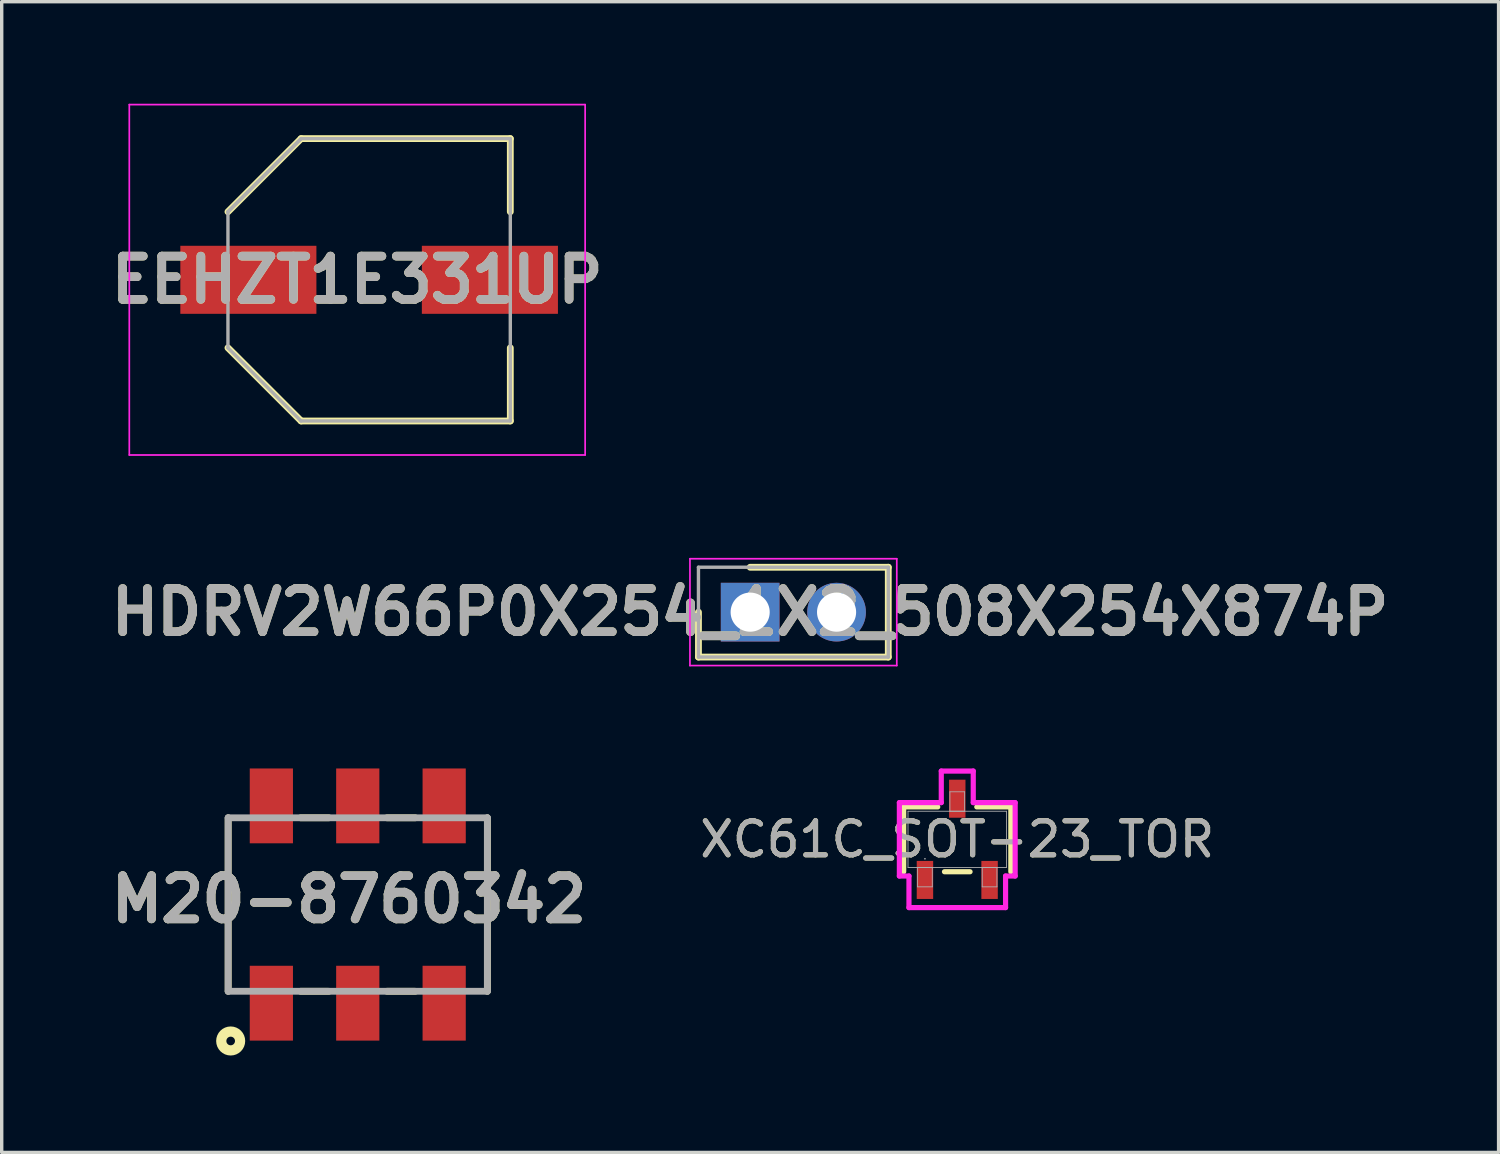
<source format=kicad_pcb>
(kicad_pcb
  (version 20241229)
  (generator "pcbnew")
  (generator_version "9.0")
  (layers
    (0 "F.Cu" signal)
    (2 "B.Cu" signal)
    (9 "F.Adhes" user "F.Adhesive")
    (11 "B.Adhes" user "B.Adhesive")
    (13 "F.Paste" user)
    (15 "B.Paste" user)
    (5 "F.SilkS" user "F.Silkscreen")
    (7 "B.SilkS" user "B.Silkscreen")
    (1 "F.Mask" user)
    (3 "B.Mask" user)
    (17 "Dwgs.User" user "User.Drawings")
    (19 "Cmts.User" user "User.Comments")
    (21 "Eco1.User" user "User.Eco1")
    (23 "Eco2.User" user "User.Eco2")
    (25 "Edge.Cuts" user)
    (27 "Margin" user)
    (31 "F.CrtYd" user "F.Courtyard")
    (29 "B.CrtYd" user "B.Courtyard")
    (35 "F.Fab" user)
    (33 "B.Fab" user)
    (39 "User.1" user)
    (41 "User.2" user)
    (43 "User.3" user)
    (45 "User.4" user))
  (footprint "EEHZT1E331UP"
    (layer "F.Cu")
    (at 7.801 5.175)
    (property "Reference" "EEHZT1E331UP" (at -0.35 0 0) (layer "F.SilkS") (effects (font (size 1.27 1.27) (thickness 0.254))))
    (attr smd)
    (fp_line (start -6.175 0) (end -6.175 0) (stroke (width 0.05) (type solid)) (layer "F.SilkS"))
    (fp_line (start -6.125 0) (end -6.125 0) (stroke (width 0.05) (type solid)) (layer "F.SilkS"))
    (fp_line (start -4.15 -2) (end -2 -4.15) (stroke (width 0.2) (type solid)) (layer "F.SilkS"))
    (fp_line (start -4.15 2) (end -2 4.15) (stroke (width 0.2) (type solid)) (layer "F.SilkS"))
    (fp_line (start -2 -4.15) (end 4.15 -4.15) (stroke (width 0.2) (type solid)) (layer "F.SilkS"))
    (fp_line (start -2 4.15) (end 4.15 4.15) (stroke (width 0.2) (type solid)) (layer "F.SilkS"))
    (fp_line (start 4.15 -4.15) (end 4.15 -2) (stroke (width 0.2) (type solid)) (layer "F.SilkS"))
    (fp_line (start 4.15 4.15) (end 4.15 2) (stroke (width 0.2) (type solid)) (layer "F.SilkS"))
    (fp_arc (start -6.175 0) (mid -6.15 -0.025) (end -6.125 0) (stroke (width 0.05) (type solid)) (layer "F.SilkS"))
    (fp_arc (start -6.125 0) (mid -6.15 0.025) (end -6.175 0) (stroke (width 0.05) (type solid)) (layer "F.SilkS"))
    (fp_line (start -7.05 -5.15) (end 6.35 -5.15) (stroke (width 0.05) (type solid)) (layer "F.CrtYd"))
    (fp_line (start -7.05 5.15) (end -7.05 -5.15) (stroke (width 0.05) (type solid)) (layer "F.CrtYd"))
    (fp_line (start 6.35 -5.15) (end 6.35 5.15) (stroke (width 0.05) (type solid)) (layer "F.CrtYd"))
    (fp_line (start 6.35 5.15) (end -7.05 5.15) (stroke (width 0.05) (type solid)) (layer "F.CrtYd"))
    (fp_line (start -4.15 -2) (end -2 -4.15) (stroke (width 0.1) (type solid)) (layer "F.Fab"))
    (fp_line (start -4.15 -2) (end -2 -4.15) (stroke (width 0.1) (type solid)) (layer "F.Fab"))
    (fp_line (start -4.15 2) (end -4.15 -2) (stroke (width 0.1) (type solid)) (layer "F.Fab"))
    (fp_line (start -2 -4.15) (end 4.15 -4.15) (stroke (width 0.1) (type solid)) (layer "F.Fab"))
    (fp_line (start -2 4.15) (end -4.15 2) (stroke (width 0.1) (type solid)) (layer "F.Fab"))
    (fp_line (start 4.15 -4.15) (end 4.15 4.15) (stroke (width 0.1) (type solid)) (layer "F.Fab"))
    (fp_line (start 4.15 4.15) (end -2 4.15) (stroke (width 0.1) (type solid)) (layer "F.Fab"))
    (fp_text user "${REFERENCE}" (at -0.35 0 0) (layer "F.Fab") (effects (font (size 1.27 1.27) (thickness 0.254))))
    (pad "1" smd rect (at -3.55 0 90) (size 2 4) (layers "F.Cu" "F.Mask" "F.Paste"))
    (pad "2" smd rect (at 3.55 0 90) (size 2 4) (layers "F.Cu" "F.Mask" "F.Paste")))
  (footprint "M20-8760342"
    (layer "F.Cu")
    (at 7.467 23.54)
    (property "Reference" "M20-8760342" (at -0.258 -0.152 0) (layer "F.SilkS") (effects (font (size 1.27 1.27) (thickness 0.254))))
    (attr smd)
    (fp_line (start -3.81 2.55) (end -3.81 -2.55) (stroke (width 0.2) (type solid)) (layer "F.SilkS"))
    (fp_line (start -1.68 -2.55) (end -0.85 -2.55) (stroke (width 0.2) (type solid)) (layer "F.SilkS"))
    (fp_line (start -1.68 2.55) (end -0.85 2.55) (stroke (width 0.2) (type solid)) (layer "F.SilkS"))
    (fp_line (start 0.86 -2.55) (end 1.69 -2.55) (stroke (width 0.2) (type solid)) (layer "F.SilkS"))
    (fp_line (start 0.86 2.55) (end 1.69 2.55) (stroke (width 0.2) (type solid)) (layer "F.SilkS"))
    (fp_line (start 3.81 -2.55) (end 3.81 2.55) (stroke (width 0.2) (type solid)) (layer "F.SilkS"))
    (fp_circle (center -3.736 4.011) (end -3.736 4.138) (stroke (width 0.3) (type solid)) (fill no) (layer "F.SilkS"))
    (fp_line (start -3.81 -2.55) (end 3.81 -2.55) (stroke (width 0.2) (type solid)) (layer "F.Fab"))
    (fp_line (start -3.81 2.55) (end -3.81 -2.55) (stroke (width 0.2) (type solid)) (layer "F.Fab"))
    (fp_line (start 3.81 -2.55) (end 3.81 2.55) (stroke (width 0.2) (type solid)) (layer "F.Fab"))
    (fp_line (start 3.81 2.55) (end -3.81 2.55) (stroke (width 0.2) (type solid)) (layer "F.Fab"))
    (fp_text user "${REFERENCE}" (at -0.258 -0.152 0) (layer "F.Fab") (effects (font (size 1.27 1.27) (thickness 0.254))))
    (pad "1" smd rect (at -2.54 2.9) (size 1.27 2.2) (layers "F.Cu" "F.Mask" "F.Paste"))
    (pad "2" smd rect (at -2.54 -2.9) (size 1.27 2.2) (layers "F.Cu" "F.Mask" "F.Paste"))
    (pad "3" smd rect (at 0 2.9) (size 1.27 2.2) (layers "F.Cu" "F.Mask" "F.Paste"))
    (pad "4" smd rect (at 0 -2.9) (size 1.27 2.2) (layers "F.Cu" "F.Mask" "F.Paste"))
    (pad "5" smd rect (at 2.54 2.9) (size 1.27 2.2) (layers "F.Cu" "F.Mask" "F.Paste"))
    (pad "6" smd rect (at 2.54 -2.9) (size 1.27 2.2) (layers "F.Cu" "F.Mask" "F.Paste")))
  (footprint "HDRV2W66P0X254_1X2_508X254X874P"
    (layer "F.Cu")
    (at 19.002 14.945)
    (property "Reference" "HDRV2W66P0X254_1X2_508X254X874P" (at 0 0 0) (layer "F.SilkS") (effects (font (size 1.27 1.27) (thickness 0.254))))
    (attr through_hole)
    (fp_line (start -1.52 0) (end -1.52 1.32) (stroke (width 0.2) (type solid)) (layer "F.SilkS"))
    (fp_line (start -1.52 1.32) (end 4.06 1.32) (stroke (width 0.2) (type solid)) (layer "F.SilkS"))
    (fp_line (start 4.06 -1.32) (end 0 -1.32) (stroke (width 0.2) (type solid)) (layer "F.SilkS"))
    (fp_line (start 4.06 1.32) (end 4.06 -1.32) (stroke (width 0.2) (type solid)) (layer "F.SilkS"))
    (fp_line (start -1.77 -1.57) (end 4.31 -1.57) (stroke (width 0.05) (type solid)) (layer "F.CrtYd"))
    (fp_line (start -1.77 1.57) (end -1.77 -1.57) (stroke (width 0.05) (type solid)) (layer "F.CrtYd"))
    (fp_line (start 4.31 -1.57) (end 4.31 1.57) (stroke (width 0.05) (type solid)) (layer "F.CrtYd"))
    (fp_line (start 4.31 1.57) (end -1.77 1.57) (stroke (width 0.05) (type solid)) (layer "F.CrtYd"))
    (fp_line (start -1.52 -1.32) (end 4.06 -1.32) (stroke (width 0.1) (type solid)) (layer "F.Fab"))
    (fp_line (start -1.52 1.32) (end -1.52 -1.32) (stroke (width 0.1) (type solid)) (layer "F.Fab"))
    (fp_line (start 4.06 -1.32) (end 4.06 1.32) (stroke (width 0.1) (type solid)) (layer "F.Fab"))
    (fp_line (start 4.06 1.32) (end -1.52 1.32) (stroke (width 0.1) (type solid)) (layer "F.Fab"))
    (fp_text user "${REFERENCE}" (at 0 0 0) (layer "F.Fab") (effects (font (size 1.27 1.27) (thickness 0.254))))
    (pad "1" thru_hole rect (at 0 0) (size 1.725 1.725) (drill 1.15) (layers "*.Cu" "*.Mask"))
    (pad "2" thru_hole circle (at 2.54 0) (size 1.725 1.725) (drill 1.15) (layers "*.Cu" "*.Mask")))
  (footprint "XC61C_SOT-23_TOR"
    (layer "F.Cu")
    (at 25.09 21.623)
    (property "Reference" "XC61C_SOT-23_TOR" (at 0 0 0) (unlocked yes) (layer "F.SilkS") (effects (font (size 1 1) (thickness 0.15))))
    (attr smd)
    (fp_line (start -1.575 -0.953) (end -1.575 0.953) (stroke (width 0.152) (type solid)) (layer "F.SilkS"))
    (fp_line (start -0.574 -0.953) (end -1.575 -0.953) (stroke (width 0.152) (type solid)) (layer "F.SilkS"))
    (fp_line (start -0.376 0.953) (end 0.376 0.953) (stroke (width 0.152) (type solid)) (layer "F.SilkS"))
    (fp_line (start 1.575 -0.953) (end 0.574 -0.953) (stroke (width 0.152) (type solid)) (layer "F.SilkS"))
    (fp_line (start 1.575 0.953) (end 1.575 -0.953) (stroke (width 0.152) (type solid)) (layer "F.SilkS"))
    (fp_line (start -1.702 -1.079) (end -0.47 -1.079) (stroke (width 0.152) (type solid)) (layer "F.CrtYd"))
    (fp_line (start -1.702 1.079) (end -1.702 -1.079) (stroke (width 0.152) (type solid)) (layer "F.CrtYd"))
    (fp_line (start -1.702 1.079) (end -1.42 1.079) (stroke (width 0.152) (type solid)) (layer "F.CrtYd"))
    (fp_line (start -1.42 1.079) (end -1.42 2.007) (stroke (width 0.152) (type solid)) (layer "F.CrtYd"))
    (fp_line (start -1.42 2.007) (end 1.42 2.007) (stroke (width 0.152) (type solid)) (layer "F.CrtYd"))
    (fp_line (start -0.47 -2.007) (end 0.47 -2.007) (stroke (width 0.152) (type solid)) (layer "F.CrtYd"))
    (fp_line (start -0.47 -1.079) (end -0.47 -2.007) (stroke (width 0.152) (type solid)) (layer "F.CrtYd"))
    (fp_line (start 0.47 -1.079) (end 0.47 -2.007) (stroke (width 0.152) (type solid)) (layer "F.CrtYd"))
    (fp_line (start 1.42 1.079) (end 1.42 2.007) (stroke (width 0.152) (type solid)) (layer "F.CrtYd"))
    (fp_line (start 1.702 -1.079) (end 0.47 -1.079) (stroke (width 0.152) (type solid)) (layer "F.CrtYd"))
    (fp_line (start 1.702 -1.079) (end 1.702 1.079) (stroke (width 0.152) (type solid)) (layer "F.CrtYd"))
    (fp_line (start 1.702 1.079) (end 1.42 1.079) (stroke (width 0.152) (type solid)) (layer "F.CrtYd"))
    (fp_line (start -1.448 -0.826) (end -1.448 0.826) (stroke (width 0.025) (type solid)) (layer "F.Fab"))
    (fp_line (start -1.448 0.826) (end 1.448 0.826) (stroke (width 0.025) (type solid)) (layer "F.Fab"))
    (fp_line (start -1.166 0.826) (end -1.166 1.397) (stroke (width 0.025) (type solid)) (layer "F.Fab"))
    (fp_line (start -1.166 1.397) (end -0.734 1.397) (stroke (width 0.025) (type solid)) (layer "F.Fab"))
    (fp_line (start -0.734 0.826) (end -1.166 0.826) (stroke (width 0.025) (type solid)) (layer "F.Fab"))
    (fp_line (start -0.734 1.397) (end -0.734 0.826) (stroke (width 0.025) (type solid)) (layer "F.Fab"))
    (fp_line (start -0.216 -1.397) (end -0.216 -0.826) (stroke (width 0.025) (type solid)) (layer "F.Fab"))
    (fp_line (start -0.216 -0.826) (end 0.216 -0.826) (stroke (width 0.025) (type solid)) (layer "F.Fab"))
    (fp_line (start 0.216 -1.397) (end -0.216 -1.397) (stroke (width 0.025) (type solid)) (layer "F.Fab"))
    (fp_line (start 0.216 -0.826) (end 0.216 -1.397) (stroke (width 0.025) (type solid)) (layer "F.Fab"))
    (fp_line (start 0.734 0.826) (end 0.734 1.397) (stroke (width 0.025) (type solid)) (layer "F.Fab"))
    (fp_line (start 0.734 1.397) (end 1.166 1.397) (stroke (width 0.025) (type solid)) (layer "F.Fab"))
    (fp_line (start 1.166 0.826) (end 0.734 0.826) (stroke (width 0.025) (type solid)) (layer "F.Fab"))
    (fp_line (start 1.166 1.397) (end 1.166 0.826) (stroke (width 0.025) (type solid)) (layer "F.Fab"))
    (fp_line (start 1.448 -0.826) (end -1.448 -0.826) (stroke (width 0.025) (type solid)) (layer "F.Fab"))
    (fp_line (start 1.448 0.826) (end 1.448 -0.826) (stroke (width 0.025) (type solid)) (layer "F.Fab"))
    (fp_circle (center -0.95 0.572) (end -0.95 0.572) (stroke (width 0.025) (type solid)) (fill no) (layer "F.Fab"))
    (fp_text user "${REFERENCE}" (at 0 0 0) (unlocked yes) (layer "F.Fab") (effects (font (size 1 1) (thickness 0.15))))
    (pad "1" smd rect (at -0.95 1.194) (size 0.483 1.118) (layers "F.Cu" "F.Mask" "F.Paste"))
    (pad "2" smd rect (at 0.95 1.194) (size 0.483 1.118) (layers "F.Cu" "F.Mask" "F.Paste"))
    (pad "3" smd rect (at 0 -1.194) (size 0.483 1.118) (layers "F.Cu" "F.Mask" "F.Paste")))
  (gr_rect
    (start -3 -3)
    (end 41.003 30.828)
    (stroke (width 0.1) (type default))
    (fill no)
    (layer "Edge.Cuts")))
</source>
